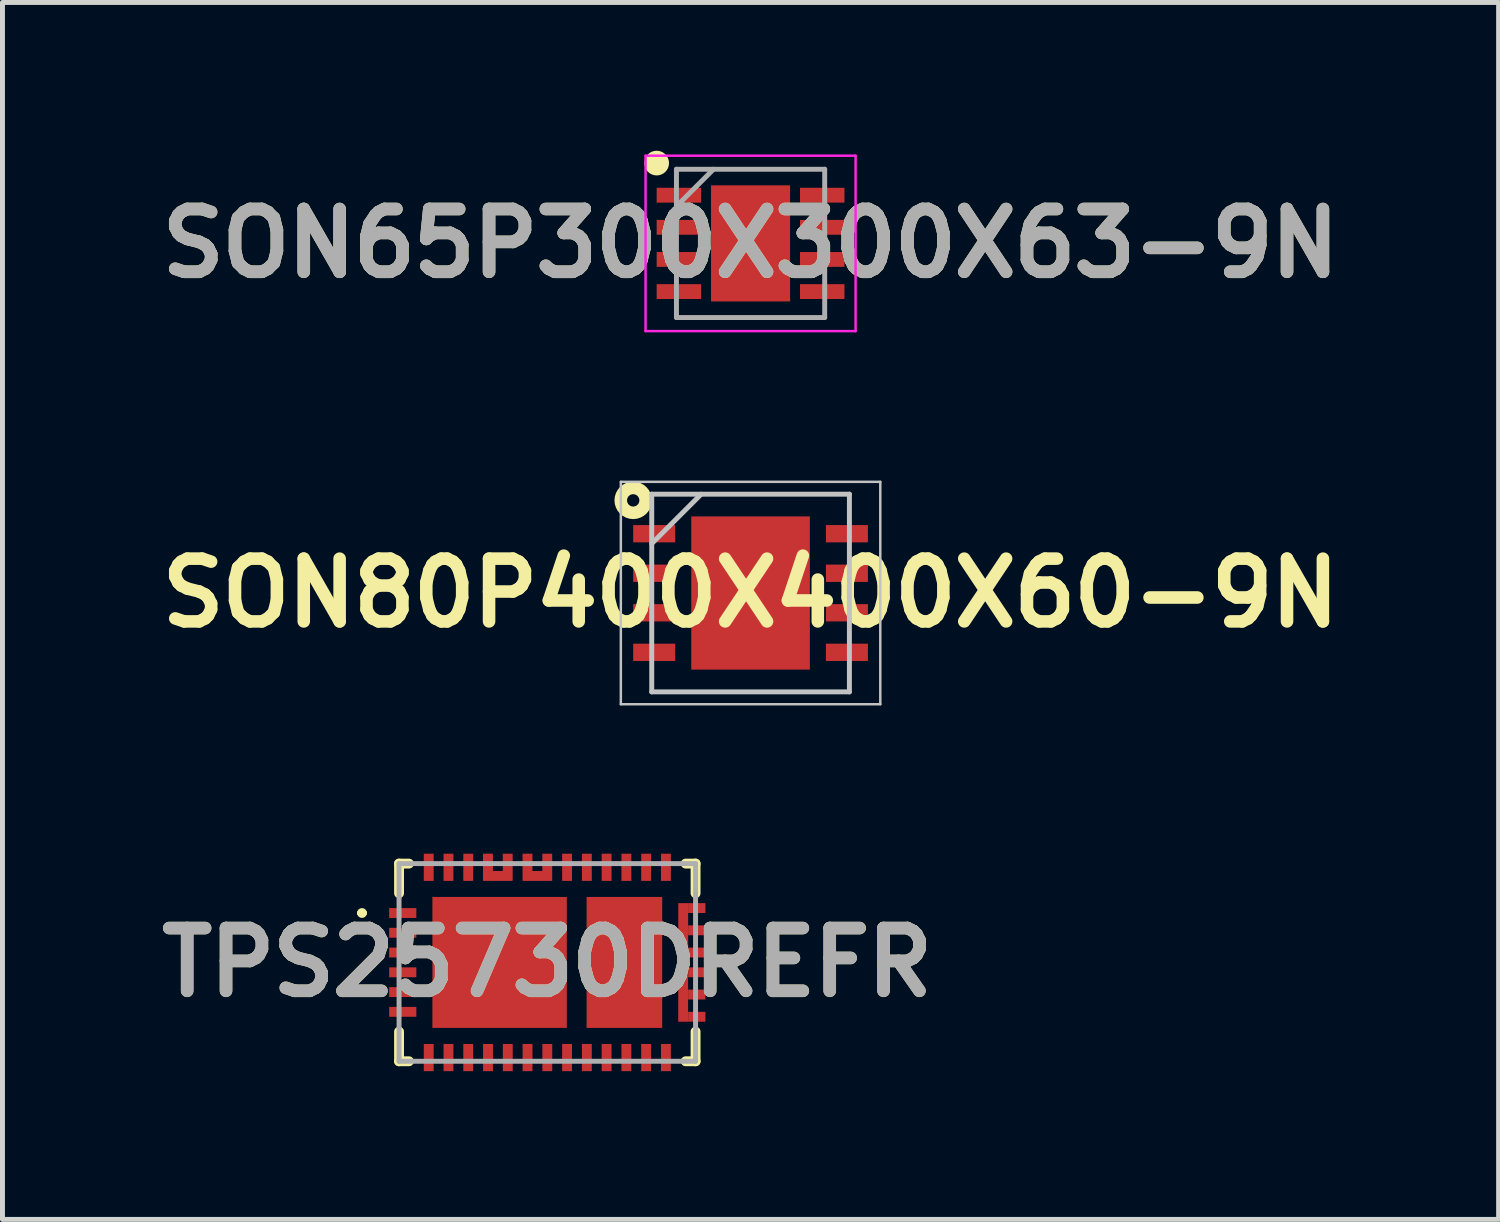
<source format=kicad_pcb>
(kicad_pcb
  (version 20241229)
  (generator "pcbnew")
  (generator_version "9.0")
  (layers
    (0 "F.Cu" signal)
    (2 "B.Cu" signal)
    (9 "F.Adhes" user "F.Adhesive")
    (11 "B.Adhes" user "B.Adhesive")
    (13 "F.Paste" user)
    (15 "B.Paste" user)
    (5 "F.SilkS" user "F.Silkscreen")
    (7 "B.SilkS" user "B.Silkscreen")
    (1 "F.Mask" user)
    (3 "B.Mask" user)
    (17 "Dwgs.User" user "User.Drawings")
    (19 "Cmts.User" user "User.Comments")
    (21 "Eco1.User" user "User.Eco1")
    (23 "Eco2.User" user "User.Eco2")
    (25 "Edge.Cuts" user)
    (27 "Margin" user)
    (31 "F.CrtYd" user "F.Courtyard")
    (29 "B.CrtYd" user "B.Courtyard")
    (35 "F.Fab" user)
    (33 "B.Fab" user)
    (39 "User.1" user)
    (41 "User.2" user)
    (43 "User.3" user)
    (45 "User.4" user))
  (footprint "SON80P400X400X60-9N"
    (layer "F.Cu")
    (at 12.138 8.95)
    (property "Reference" "SON80P400X400X60-9N" (at 0 0 0) (layer "F.SilkS") (effects (font (size 1.27 1.27) (thickness 0.254))))
    (attr smd)
    (fp_circle (center -2.375 -1.875) (end -2.25 -1.875) (stroke (width 0.254) (type solid)) (fill no) (layer "F.SilkS"))
    (fp_line (start -2.625 -2.25) (end 2.625 -2.25) (stroke (width 0.05) (type solid)) (layer "Dwgs.User"))
    (fp_line (start -2.625 2.25) (end -2.625 -2.25) (stroke (width 0.05) (type solid)) (layer "Dwgs.User"))
    (fp_line (start -2 -2) (end 2 -2) (stroke (width 0.1) (type solid)) (layer "Dwgs.User"))
    (fp_line (start -2 -1) (end -1 -2) (stroke (width 0.1) (type solid)) (layer "Dwgs.User"))
    (fp_line (start -2 2) (end -2 -2) (stroke (width 0.1) (type solid)) (layer "Dwgs.User"))
    (fp_line (start 2 -2) (end 2 2) (stroke (width 0.1) (type solid)) (layer "Dwgs.User"))
    (fp_line (start 2 2) (end -2 2) (stroke (width 0.1) (type solid)) (layer "Dwgs.User"))
    (fp_line (start 2.625 -2.25) (end 2.625 2.25) (stroke (width 0.05) (type solid)) (layer "Dwgs.User"))
    (fp_line (start 2.625 2.25) (end -2.625 2.25) (stroke (width 0.05) (type solid)) (layer "Dwgs.User"))
    (pad "1" smd rect (at -1.95 -1.2 90) (size 0.35 0.85) (layers "F.Cu" "F.Mask" "F.Paste"))
    (pad "2" smd rect (at -1.95 -0.4 90) (size 0.35 0.85) (layers "F.Cu" "F.Mask" "F.Paste"))
    (pad "3" smd rect (at -1.95 0.4 90) (size 0.35 0.85) (layers "F.Cu" "F.Mask" "F.Paste"))
    (pad "4" smd rect (at -1.95 1.2 90) (size 0.35 0.85) (layers "F.Cu" "F.Mask" "F.Paste"))
    (pad "5" smd rect (at 1.95 1.2 90) (size 0.35 0.85) (layers "F.Cu" "F.Mask" "F.Paste"))
    (pad "6" smd rect (at 1.95 0.4 90) (size 0.35 0.85) (layers "F.Cu" "F.Mask" "F.Paste"))
    (pad "7" smd rect (at 1.95 -0.4 90) (size 0.35 0.85) (layers "F.Cu" "F.Mask" "F.Paste"))
    (pad "8" smd rect (at 1.95 -1.2 90) (size 0.35 0.85) (layers "F.Cu" "F.Mask" "F.Paste"))
    (pad "9" smd rect (at 0 0) (size 2.4 3.1) (layers "F.Cu" "F.Mask" "F.Paste")))
  (footprint "SON65P300X300X63-9N"
    (layer "F.Cu")
    (at 12.138 1.875)
    (property "Reference" "SON65P300X300X63-9N" (at 0 0 0) (layer "F.SilkS") (effects (font (size 1.27 1.27) (thickness 0.254))))
    (attr smd)
    (fp_circle (center -1.9 -1.625) (end -1.9 -1.5) (stroke (width 0.25) (type solid)) (fill no) (layer "F.SilkS"))
    (fp_line (start -2.125 -1.775) (end 2.125 -1.775) (stroke (width 0.05) (type solid)) (layer "F.CrtYd"))
    (fp_line (start -2.125 1.775) (end -2.125 -1.775) (stroke (width 0.05) (type solid)) (layer "F.CrtYd"))
    (fp_line (start 2.125 -1.775) (end 2.125 1.775) (stroke (width 0.05) (type solid)) (layer "F.CrtYd"))
    (fp_line (start 2.125 1.775) (end -2.125 1.775) (stroke (width 0.05) (type solid)) (layer "F.CrtYd"))
    (fp_line (start -1.5 -1.5) (end 1.5 -1.5) (stroke (width 0.1) (type solid)) (layer "F.Fab"))
    (fp_line (start -1.5 -0.75) (end -0.75 -1.5) (stroke (width 0.1) (type solid)) (layer "F.Fab"))
    (fp_line (start -1.5 1.5) (end -1.5 -1.5) (stroke (width 0.1) (type solid)) (layer "F.Fab"))
    (fp_line (start 1.5 -1.5) (end 1.5 1.5) (stroke (width 0.1) (type solid)) (layer "F.Fab"))
    (fp_line (start 1.5 1.5) (end -1.5 1.5) (stroke (width 0.1) (type solid)) (layer "F.Fab"))
    (fp_text user "${REFERENCE}" (at 0 0 0) (layer "F.Fab") (effects (font (size 1.27 1.27) (thickness 0.254))))
    (pad "1" smd rect (at -1.45 -0.975 90) (size 0.3 0.9) (layers "F.Cu" "F.Mask" "F.Paste"))
    (pad "2" smd rect (at -1.45 -0.325 90) (size 0.3 0.9) (layers "F.Cu" "F.Mask" "F.Paste"))
    (pad "3" smd rect (at -1.45 0.325 90) (size 0.3 0.9) (layers "F.Cu" "F.Mask" "F.Paste"))
    (pad "4" smd rect (at -1.45 0.975 90) (size 0.3 0.9) (layers "F.Cu" "F.Mask" "F.Paste"))
    (pad "5" smd rect (at 1.45 0.975 90) (size 0.3 0.9) (layers "F.Cu" "F.Mask" "F.Paste"))
    (pad "6" smd rect (at 1.45 0.325 90) (size 0.3 0.9) (layers "F.Cu" "F.Mask" "F.Paste"))
    (pad "7" smd rect (at 1.45 -0.325 90) (size 0.3 0.9) (layers "F.Cu" "F.Mask" "F.Paste"))
    (pad "8" smd rect (at 1.45 -0.975 90) (size 0.3 0.9) (layers "F.Cu" "F.Mask" "F.Paste"))
    (pad "9" smd rect (at 0 0) (size 1.6 2.35) (layers "F.Cu" "F.Mask" "F.Paste")))
  (footprint "TPS25730DREFR"
    (layer "F.Cu")
    (at 8.025 16.425)
    (property "Reference" "TPS25730DREFR" (at 0 0 0) (layer "F.SilkS") (effects (font (size 1.27 1.27) (thickness 0.254))))
    (attr smd)
    (fp_line (start -3.8 -1) (end -3.8 -1) (stroke (width 0.1) (type solid)) (layer "F.SilkS"))
    (fp_line (start -3.7 -1) (end -3.7 -1) (stroke (width 0.1) (type solid)) (layer "F.SilkS"))
    (fp_line (start -3 -2) (end -2.8 -2) (stroke (width 0.2) (type solid)) (layer "F.SilkS"))
    (fp_line (start -3 -1.4) (end -3 -2) (stroke (width 0.2) (type solid)) (layer "F.SilkS"))
    (fp_line (start -3 1.4) (end -3 2) (stroke (width 0.2) (type solid)) (layer "F.SilkS"))
    (fp_line (start -3 2) (end -2.8 2) (stroke (width 0.2) (type solid)) (layer "F.SilkS"))
    (fp_line (start 2.8 -2) (end 3 -2) (stroke (width 0.2) (type solid)) (layer "F.SilkS"))
    (fp_line (start 2.8 2) (end 3 2) (stroke (width 0.2) (type solid)) (layer "F.SilkS"))
    (fp_line (start 3 -2) (end 3 -1.4) (stroke (width 0.2) (type solid)) (layer "F.SilkS"))
    (fp_line (start 3 2) (end 3 1.4) (stroke (width 0.2) (type solid)) (layer "F.SilkS"))
    (fp_arc (start -3.8 -1) (mid -3.75 -1.05) (end -3.7 -1) (stroke (width 0.1) (type solid)) (layer "F.SilkS"))
    (fp_arc (start -3.7 -1) (mid -3.75 -0.95) (end -3.8 -1) (stroke (width 0.1) (type solid)) (layer "F.SilkS"))
    (fp_line (start -3 -2) (end -3 2) (stroke (width 0.1) (type solid)) (layer "F.Fab"))
    (fp_line (start -3 2) (end 3 2) (stroke (width 0.1) (type solid)) (layer "F.Fab"))
    (fp_line (start 3 -2) (end -3 -2) (stroke (width 0.1) (type solid)) (layer "F.Fab"))
    (fp_line (start 3 2) (end 3 -2) (stroke (width 0.1) (type solid)) (layer "F.Fab"))
    (fp_text user "${REFERENCE}" (at 0 0 0) (layer "F.Fab") (effects (font (size 1.27 1.27) (thickness 0.254))))
    (pad "1" smd rect (at -2.925 -1 90) (size 0.2 0.55) (layers "F.Cu" "F.Mask" "F.Paste"))
    (pad "2" smd rect (at -2.925 -0.6 90) (size 0.2 0.55) (layers "F.Cu" "F.Mask" "F.Paste"))
    (pad "3" smd rect (at -2.925 -0.2 90) (size 0.2 0.55) (layers "F.Cu" "F.Mask" "F.Paste"))
    (pad "4" smd rect (at -2.925 0.2 90) (size 0.2 0.55) (layers "F.Cu" "F.Mask" "F.Paste"))
    (pad "5" smd rect (at -2.925 0.6 90) (size 0.2 0.55) (layers "F.Cu" "F.Mask" "F.Paste"))
    (pad "6" smd rect (at -2.925 1 90) (size 0.2 0.55) (layers "F.Cu" "F.Mask" "F.Paste"))
    (pad "7" smd rect (at -2.4 1.925) (size 0.2 0.55) (layers "F.Cu" "F.Mask" "F.Paste"))
    (pad "8" smd rect (at -2 1.925) (size 0.2 0.55) (layers "F.Cu" "F.Mask" "F.Paste"))
    (pad "9" smd rect (at -1.6 1.925) (size 0.2 0.55) (layers "F.Cu" "F.Mask" "F.Paste"))
    (pad "10" smd rect (at -1.2 1.925) (size 0.2 0.55) (layers "F.Cu" "F.Mask" "F.Paste"))
    (pad "11" smd rect (at -0.8 1.925) (size 0.2 0.55) (layers "F.Cu" "F.Mask" "F.Paste"))
    (pad "12" smd rect (at -0.4 1.925) (size 0.2 0.55) (layers "F.Cu" "F.Mask" "F.Paste"))
    (pad "13" smd rect (at 0 1.925) (size 0.2 0.55) (layers "F.Cu" "F.Mask" "F.Paste"))
    (pad "14" smd rect (at 0.4 1.925) (size 0.2 0.55) (layers "F.Cu" "F.Mask" "F.Paste"))
    (pad "15" smd rect (at 0.8 1.925) (size 0.2 0.55) (layers "F.Cu" "F.Mask" "F.Paste"))
    (pad "16" smd rect (at 1.2 1.925) (size 0.2 0.55) (layers "F.Cu" "F.Mask" "F.Paste"))
    (pad "17" smd rect (at 1.6 1.925) (size 0.2 0.55) (layers "F.Cu" "F.Mask" "F.Paste"))
    (pad "18" smd rect (at 2 1.925) (size 0.2 0.55) (layers "F.Cu" "F.Mask" "F.Paste"))
    (pad "19" smd rect (at 2.4 1.925) (size 0.2 0.55) (layers "F.Cu" "F.Mask" "F.Paste"))
    (pad "20" smd rect (at 3.025 1.1 90) (size 0.2 0.35) (layers "F.Cu" "F.Mask" "F.Paste"))
    (pad "21" smd rect (at 3.025 0.65 90) (size 0.2 0.35) (layers "F.Cu" "F.Mask" "F.Paste"))
    (pad "22" smd rect (at 3.025 0.2 90) (size 0.2 0.35) (layers "F.Cu" "F.Mask" "F.Paste"))
    (pad "23" smd rect (at 3.025 -0.2 90) (size 0.2 0.35) (layers "F.Cu" "F.Mask" "F.Paste"))
    (pad "24" smd rect (at 3.025 -0.65 90) (size 0.2 0.35) (layers "F.Cu" "F.Mask" "F.Paste"))
    (pad "25" smd rect (at 3.025 -1.1 90) (size 0.2 0.35) (layers "F.Cu" "F.Mask" "F.Paste"))
    (pad "26" smd rect (at 2.4 -1.925) (size 0.2 0.55) (layers "F.Cu" "F.Mask" "F.Paste"))
    (pad "27" smd rect (at 2 -1.925) (size 0.2 0.55) (layers "F.Cu" "F.Mask" "F.Paste"))
    (pad "28" smd rect (at 1.6 -1.925) (size 0.2 0.55) (layers "F.Cu" "F.Mask" "F.Paste"))
    (pad "29" smd rect (at 1.2 -1.925) (size 0.2 0.55) (layers "F.Cu" "F.Mask" "F.Paste"))
    (pad "30" smd rect (at 0.8 -1.925) (size 0.2 0.55) (layers "F.Cu" "F.Mask" "F.Paste"))
    (pad "31" smd rect (at 0.4 -1.925) (size 0.2 0.55) (layers "F.Cu" "F.Mask" "F.Paste"))
    (pad "32" smd rect (at -0.001 -2.025) (size 0.2 0.35) (layers "F.Cu" "F.Mask" "F.Paste"))
    (pad "33" smd rect (at -0.401 -2.025) (size 0.2 0.35) (layers "F.Cu" "F.Mask" "F.Paste"))
    (pad "34" smd rect (at -0.801 -2.025) (size 0.2 0.35) (layers "F.Cu" "F.Mask" "F.Paste"))
    (pad "35" smd rect (at -1.201 -2.025) (size 0.2 0.35) (layers "F.Cu" "F.Mask" "F.Paste"))
    (pad "36" smd rect (at -1.6 -1.925) (size 0.2 0.55) (layers "F.Cu" "F.Mask" "F.Paste"))
    (pad "37" smd rect (at -2 -1.925) (size 0.2 0.55) (layers "F.Cu" "F.Mask" "F.Paste"))
    (pad "38" smd rect (at -2.4 -1.925) (size 0.2 0.55) (layers "F.Cu" "F.Mask" "F.Paste"))
    (pad "39" smd rect (at -0.965 0 90) (size 2.65 2.72) (layers "F.Cu" "F.Mask" "F.Paste"))
    (pad "40" smd rect (at 1.56 0) (size 1.53 2.65) (layers "F.Cu" "F.Mask" "F.Paste"))
    (pad "41" smd rect (at 2.749 0.65) (size 0.2 1.1) (layers "F.Cu" "F.Mask" "F.Paste"))
    (pad "42" smd rect (at 2.75 -0.65) (size 0.2 1.1) (layers "F.Cu" "F.Mask" "F.Paste"))
    (pad "43" smd rect (at -0.201 -1.75 90) (size 0.2 0.6) (layers "F.Cu" "F.Mask" "F.Paste"))
    (pad "44" smd rect (at -1.001 -1.75 90) (size 0.2 0.6) (layers "F.Cu" "F.Mask" "F.Paste")))
  (gr_rect
    (start -3 -3)
    (end 27.275 21.625)
    (stroke (width 0.1) (type default))
    (fill no)
    (layer "Edge.Cuts")))
</source>
